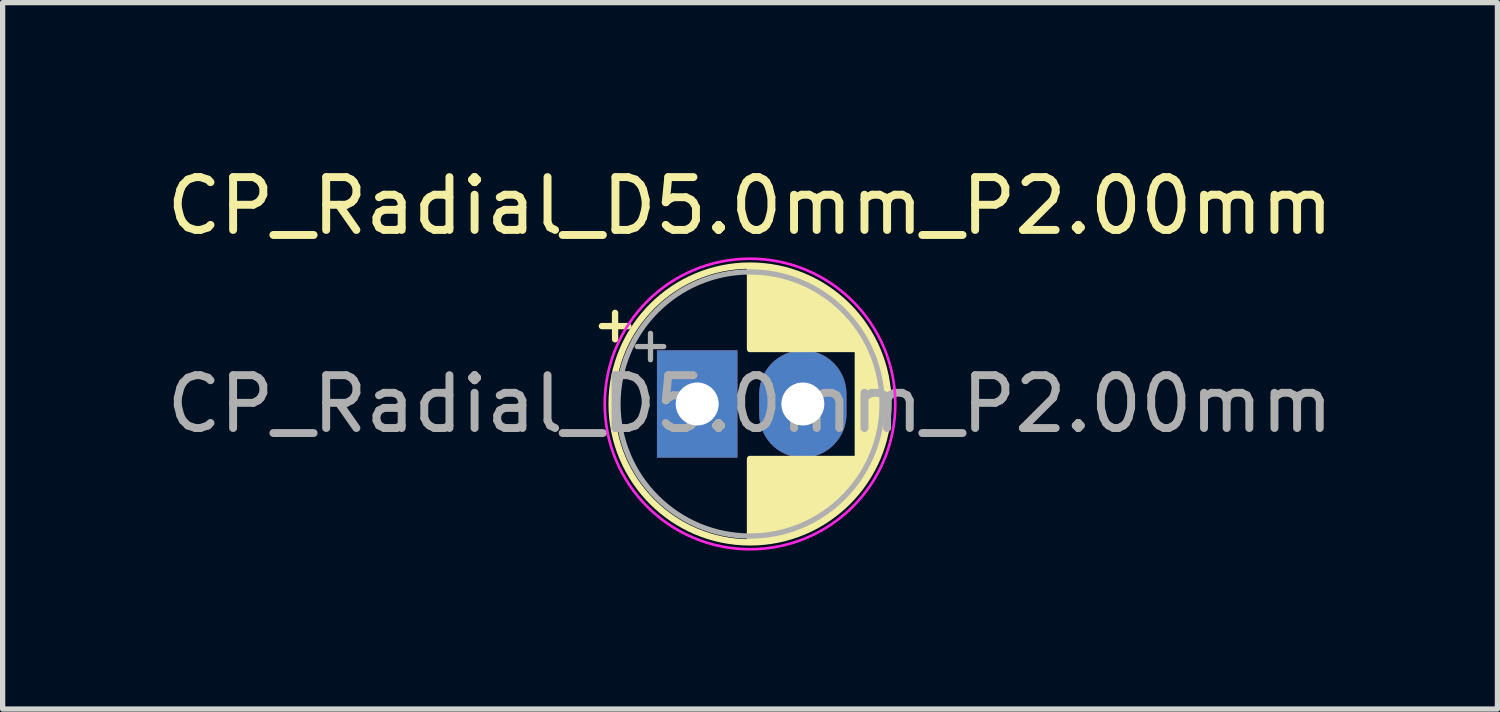
<source format=kicad_pcb>
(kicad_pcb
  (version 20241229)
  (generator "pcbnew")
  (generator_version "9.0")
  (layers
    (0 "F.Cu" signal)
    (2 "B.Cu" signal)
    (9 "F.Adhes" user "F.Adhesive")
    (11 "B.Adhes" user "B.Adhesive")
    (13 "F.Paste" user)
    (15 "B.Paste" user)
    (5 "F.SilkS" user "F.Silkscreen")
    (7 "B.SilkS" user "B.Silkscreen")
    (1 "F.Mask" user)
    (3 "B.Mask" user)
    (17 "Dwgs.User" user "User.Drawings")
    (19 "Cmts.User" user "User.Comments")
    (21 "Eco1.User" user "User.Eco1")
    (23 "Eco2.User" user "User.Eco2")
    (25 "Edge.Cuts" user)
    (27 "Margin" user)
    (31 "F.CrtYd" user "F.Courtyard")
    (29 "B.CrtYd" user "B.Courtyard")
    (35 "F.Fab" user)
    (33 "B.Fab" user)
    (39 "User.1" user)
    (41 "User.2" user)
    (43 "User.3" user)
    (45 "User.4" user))
  (footprint "CP_Radial_D5.0mm_P2.00mm"
    (layer "F.Cu")
    (at 10.149 4.598)
    (property "Reference" "CP_Radial_D5.0mm_P2.00mm" (at 1 -3.75 0) (layer "F.SilkS") (effects (font (size 1 1) (thickness 0.15))))
    (attr through_hole)
    (fp_line (start -1.805 -1.475) (end -1.305 -1.475) (stroke (width 0.12) (type solid)) (layer "F.SilkS"))
    (fp_line (start -1.555 -1.725) (end -1.555 -1.225) (stroke (width 0.12) (type solid)) (layer "F.SilkS"))
    (fp_line (start 1 -2.58) (end 1 -1.04) (stroke (width 0.12) (type solid)) (layer "F.SilkS"))
    (fp_line (start 1 1.04) (end 1 2.58) (stroke (width 0.12) (type solid)) (layer "F.SilkS"))
    (fp_line (start 1.04 -2.58) (end 1.04 -1.04) (stroke (width 0.12) (type solid)) (layer "F.SilkS"))
    (fp_line (start 1.04 1.04) (end 1.04 2.58) (stroke (width 0.12) (type solid)) (layer "F.SilkS"))
    (fp_line (start 1.08 -2.579) (end 1.08 -1.04) (stroke (width 0.12) (type solid)) (layer "F.SilkS"))
    (fp_line (start 1.08 1.04) (end 1.08 2.579) (stroke (width 0.12) (type solid)) (layer "F.SilkS"))
    (fp_line (start 1.12 -2.578) (end 1.12 -1.04) (stroke (width 0.12) (type solid)) (layer "F.SilkS"))
    (fp_line (start 1.12 1.04) (end 1.12 2.578) (stroke (width 0.12) (type solid)) (layer "F.SilkS"))
    (fp_line (start 1.16 -2.576) (end 1.16 -1.04) (stroke (width 0.12) (type solid)) (layer "F.SilkS"))
    (fp_line (start 1.16 1.04) (end 1.16 2.576) (stroke (width 0.12) (type solid)) (layer "F.SilkS"))
    (fp_line (start 1.2 -2.573) (end 1.2 -1.04) (stroke (width 0.12) (type solid)) (layer "F.SilkS"))
    (fp_line (start 1.2 1.04) (end 1.2 2.573) (stroke (width 0.12) (type solid)) (layer "F.SilkS"))
    (fp_line (start 1.24 -2.569) (end 1.24 -1.04) (stroke (width 0.12) (type solid)) (layer "F.SilkS"))
    (fp_line (start 1.24 1.04) (end 1.24 2.569) (stroke (width 0.12) (type solid)) (layer "F.SilkS"))
    (fp_line (start 1.28 -2.565) (end 1.28 -1.04) (stroke (width 0.12) (type solid)) (layer "F.SilkS"))
    (fp_line (start 1.28 1.04) (end 1.28 2.565) (stroke (width 0.12) (type solid)) (layer "F.SilkS"))
    (fp_line (start 1.32 -2.561) (end 1.32 -1.04) (stroke (width 0.12) (type solid)) (layer "F.SilkS"))
    (fp_line (start 1.32 1.04) (end 1.32 2.561) (stroke (width 0.12) (type solid)) (layer "F.SilkS"))
    (fp_line (start 1.36 -2.556) (end 1.36 -1.04) (stroke (width 0.12) (type solid)) (layer "F.SilkS"))
    (fp_line (start 1.36 1.04) (end 1.36 2.556) (stroke (width 0.12) (type solid)) (layer "F.SilkS"))
    (fp_line (start 1.4 -2.55) (end 1.4 -1.04) (stroke (width 0.12) (type solid)) (layer "F.SilkS"))
    (fp_line (start 1.4 1.04) (end 1.4 2.55) (stroke (width 0.12) (type solid)) (layer "F.SilkS"))
    (fp_line (start 1.44 -2.543) (end 1.44 -1.04) (stroke (width 0.12) (type solid)) (layer "F.SilkS"))
    (fp_line (start 1.44 1.04) (end 1.44 2.543) (stroke (width 0.12) (type solid)) (layer "F.SilkS"))
    (fp_line (start 1.48 -2.536) (end 1.48 -1.04) (stroke (width 0.12) (type solid)) (layer "F.SilkS"))
    (fp_line (start 1.48 1.04) (end 1.48 2.536) (stroke (width 0.12) (type solid)) (layer "F.SilkS"))
    (fp_line (start 1.52 -2.528) (end 1.52 -1.04) (stroke (width 0.12) (type solid)) (layer "F.SilkS"))
    (fp_line (start 1.52 1.04) (end 1.52 2.528) (stroke (width 0.12) (type solid)) (layer "F.SilkS"))
    (fp_line (start 1.56 -2.52) (end 1.56 -1.04) (stroke (width 0.12) (type solid)) (layer "F.SilkS"))
    (fp_line (start 1.56 1.04) (end 1.56 2.52) (stroke (width 0.12) (type solid)) (layer "F.SilkS"))
    (fp_line (start 1.6 -2.511) (end 1.6 -1.04) (stroke (width 0.12) (type solid)) (layer "F.SilkS"))
    (fp_line (start 1.6 1.04) (end 1.6 2.511) (stroke (width 0.12) (type solid)) (layer "F.SilkS"))
    (fp_line (start 1.64 -2.501) (end 1.64 -1.04) (stroke (width 0.12) (type solid)) (layer "F.SilkS"))
    (fp_line (start 1.64 1.04) (end 1.64 2.501) (stroke (width 0.12) (type solid)) (layer "F.SilkS"))
    (fp_line (start 1.68 -2.491) (end 1.68 -1.04) (stroke (width 0.12) (type solid)) (layer "F.SilkS"))
    (fp_line (start 1.68 1.04) (end 1.68 2.491) (stroke (width 0.12) (type solid)) (layer "F.SilkS"))
    (fp_line (start 1.721 -2.48) (end 1.721 -1.04) (stroke (width 0.12) (type solid)) (layer "F.SilkS"))
    (fp_line (start 1.721 1.04) (end 1.721 2.48) (stroke (width 0.12) (type solid)) (layer "F.SilkS"))
    (fp_line (start 1.761 -2.468) (end 1.761 -1.04) (stroke (width 0.12) (type solid)) (layer "F.SilkS"))
    (fp_line (start 1.761 1.04) (end 1.761 2.468) (stroke (width 0.12) (type solid)) (layer "F.SilkS"))
    (fp_line (start 1.801 -2.455) (end 1.801 -1.04) (stroke (width 0.12) (type solid)) (layer "F.SilkS"))
    (fp_line (start 1.801 1.04) (end 1.801 2.455) (stroke (width 0.12) (type solid)) (layer "F.SilkS"))
    (fp_line (start 1.841 -2.442) (end 1.841 -1.04) (stroke (width 0.12) (type solid)) (layer "F.SilkS"))
    (fp_line (start 1.841 1.04) (end 1.841 2.442) (stroke (width 0.12) (type solid)) (layer "F.SilkS"))
    (fp_line (start 1.881 -2.428) (end 1.881 -1.04) (stroke (width 0.12) (type solid)) (layer "F.SilkS"))
    (fp_line (start 1.881 1.04) (end 1.881 2.428) (stroke (width 0.12) (type solid)) (layer "F.SilkS"))
    (fp_line (start 1.921 -2.414) (end 1.921 -1.04) (stroke (width 0.12) (type solid)) (layer "F.SilkS"))
    (fp_line (start 1.921 1.04) (end 1.921 2.414) (stroke (width 0.12) (type solid)) (layer "F.SilkS"))
    (fp_line (start 1.961 -2.398) (end 1.961 -1.04) (stroke (width 0.12) (type solid)) (layer "F.SilkS"))
    (fp_line (start 1.961 1.04) (end 1.961 2.398) (stroke (width 0.12) (type solid)) (layer "F.SilkS"))
    (fp_line (start 2.001 -2.382) (end 2.001 -1.04) (stroke (width 0.12) (type solid)) (layer "F.SilkS"))
    (fp_line (start 2.001 1.04) (end 2.001 2.382) (stroke (width 0.12) (type solid)) (layer "F.SilkS"))
    (fp_line (start 2.041 -2.365) (end 2.041 -1.04) (stroke (width 0.12) (type solid)) (layer "F.SilkS"))
    (fp_line (start 2.041 1.04) (end 2.041 2.365) (stroke (width 0.12) (type solid)) (layer "F.SilkS"))
    (fp_line (start 2.081 -2.348) (end 2.081 -1.04) (stroke (width 0.12) (type solid)) (layer "F.SilkS"))
    (fp_line (start 2.081 1.04) (end 2.081 2.348) (stroke (width 0.12) (type solid)) (layer "F.SilkS"))
    (fp_line (start 2.121 -2.329) (end 2.121 -1.04) (stroke (width 0.12) (type solid)) (layer "F.SilkS"))
    (fp_line (start 2.121 1.04) (end 2.121 2.329) (stroke (width 0.12) (type solid)) (layer "F.SilkS"))
    (fp_line (start 2.161 -2.31) (end 2.161 -1.04) (stroke (width 0.12) (type solid)) (layer "F.SilkS"))
    (fp_line (start 2.161 1.04) (end 2.161 2.31) (stroke (width 0.12) (type solid)) (layer "F.SilkS"))
    (fp_line (start 2.201 -2.29) (end 2.201 -1.04) (stroke (width 0.12) (type solid)) (layer "F.SilkS"))
    (fp_line (start 2.201 1.04) (end 2.201 2.29) (stroke (width 0.12) (type solid)) (layer "F.SilkS"))
    (fp_line (start 2.241 -2.268) (end 2.241 -1.04) (stroke (width 0.12) (type solid)) (layer "F.SilkS"))
    (fp_line (start 2.241 1.04) (end 2.241 2.268) (stroke (width 0.12) (type solid)) (layer "F.SilkS"))
    (fp_line (start 2.281 -2.247) (end 2.281 -1.04) (stroke (width 0.12) (type solid)) (layer "F.SilkS"))
    (fp_line (start 2.281 1.04) (end 2.281 2.247) (stroke (width 0.12) (type solid)) (layer "F.SilkS"))
    (fp_line (start 2.321 -2.224) (end 2.321 -1.04) (stroke (width 0.12) (type solid)) (layer "F.SilkS"))
    (fp_line (start 2.321 1.04) (end 2.321 2.224) (stroke (width 0.12) (type solid)) (layer "F.SilkS"))
    (fp_line (start 2.361 -2.2) (end 2.361 -1.04) (stroke (width 0.12) (type solid)) (layer "F.SilkS"))
    (fp_line (start 2.361 1.04) (end 2.361 2.2) (stroke (width 0.12) (type solid)) (layer "F.SilkS"))
    (fp_line (start 2.401 -2.175) (end 2.401 -1.04) (stroke (width 0.12) (type solid)) (layer "F.SilkS"))
    (fp_line (start 2.401 1.04) (end 2.401 2.175) (stroke (width 0.12) (type solid)) (layer "F.SilkS"))
    (fp_line (start 2.441 -2.149) (end 2.441 -1.04) (stroke (width 0.12) (type solid)) (layer "F.SilkS"))
    (fp_line (start 2.441 1.04) (end 2.441 2.149) (stroke (width 0.12) (type solid)) (layer "F.SilkS"))
    (fp_line (start 2.481 -2.122) (end 2.481 -1.04) (stroke (width 0.12) (type solid)) (layer "F.SilkS"))
    (fp_line (start 2.481 1.04) (end 2.481 2.122) (stroke (width 0.12) (type solid)) (layer "F.SilkS"))
    (fp_line (start 2.521 -2.095) (end 2.521 -1.04) (stroke (width 0.12) (type solid)) (layer "F.SilkS"))
    (fp_line (start 2.521 1.04) (end 2.521 2.095) (stroke (width 0.12) (type solid)) (layer "F.SilkS"))
    (fp_line (start 2.561 -2.065) (end 2.561 -1.04) (stroke (width 0.12) (type solid)) (layer "F.SilkS"))
    (fp_line (start 2.561 1.04) (end 2.561 2.065) (stroke (width 0.12) (type solid)) (layer "F.SilkS"))
    (fp_line (start 2.601 -2.035) (end 2.601 -1.04) (stroke (width 0.12) (type solid)) (layer "F.SilkS"))
    (fp_line (start 2.601 1.04) (end 2.601 2.035) (stroke (width 0.12) (type solid)) (layer "F.SilkS"))
    (fp_line (start 2.641 -2.004) (end 2.641 -1.04) (stroke (width 0.12) (type solid)) (layer "F.SilkS"))
    (fp_line (start 2.641 1.04) (end 2.641 2.004) (stroke (width 0.12) (type solid)) (layer "F.SilkS"))
    (fp_line (start 2.681 -1.971) (end 2.681 -1.04) (stroke (width 0.12) (type solid)) (layer "F.SilkS"))
    (fp_line (start 2.681 1.04) (end 2.681 1.971) (stroke (width 0.12) (type solid)) (layer "F.SilkS"))
    (fp_line (start 2.721 -1.937) (end 2.721 -1.04) (stroke (width 0.12) (type solid)) (layer "F.SilkS"))
    (fp_line (start 2.721 1.04) (end 2.721 1.937) (stroke (width 0.12) (type solid)) (layer "F.SilkS"))
    (fp_line (start 2.761 -1.901) (end 2.761 -1.04) (stroke (width 0.12) (type solid)) (layer "F.SilkS"))
    (fp_line (start 2.761 1.04) (end 2.761 1.901) (stroke (width 0.12) (type solid)) (layer "F.SilkS"))
    (fp_line (start 2.801 -1.864) (end 2.801 -1.04) (stroke (width 0.12) (type solid)) (layer "F.SilkS"))
    (fp_line (start 2.801 1.04) (end 2.801 1.864) (stroke (width 0.12) (type solid)) (layer "F.SilkS"))
    (fp_line (start 2.841 -1.826) (end 2.841 -1.04) (stroke (width 0.12) (type solid)) (layer "F.SilkS"))
    (fp_line (start 2.841 1.04) (end 2.841 1.826) (stroke (width 0.12) (type solid)) (layer "F.SilkS"))
    (fp_line (start 2.881 -1.785) (end 2.881 -1.04) (stroke (width 0.12) (type solid)) (layer "F.SilkS"))
    (fp_line (start 2.881 1.04) (end 2.881 1.785) (stroke (width 0.12) (type solid)) (layer "F.SilkS"))
    (fp_line (start 2.921 -1.743) (end 2.921 -1.04) (stroke (width 0.12) (type solid)) (layer "F.SilkS"))
    (fp_line (start 2.921 1.04) (end 2.921 1.743) (stroke (width 0.12) (type solid)) (layer "F.SilkS"))
    (fp_line (start 2.961 -1.699) (end 2.961 -1.04) (stroke (width 0.12) (type solid)) (layer "F.SilkS"))
    (fp_line (start 2.961 1.04) (end 2.961 1.699) (stroke (width 0.12) (type solid)) (layer "F.SilkS"))
    (fp_line (start 3.001 -1.653) (end 3.001 -1.04) (stroke (width 0.12) (type solid)) (layer "F.SilkS"))
    (fp_line (start 3.001 1.04) (end 3.001 1.653) (stroke (width 0.12) (type solid)) (layer "F.SilkS"))
    (fp_line (start 3.041 -1.605) (end 3.041 1.605) (stroke (width 0.12) (type solid)) (layer "F.SilkS"))
    (fp_line (start 3.081 -1.554) (end 3.081 1.554) (stroke (width 0.12) (type solid)) (layer "F.SilkS"))
    (fp_line (start 3.121 -1.5) (end 3.121 1.5) (stroke (width 0.12) (type solid)) (layer "F.SilkS"))
    (fp_line (start 3.161 -1.443) (end 3.161 1.443) (stroke (width 0.12) (type solid)) (layer "F.SilkS"))
    (fp_line (start 3.201 -1.383) (end 3.201 1.383) (stroke (width 0.12) (type solid)) (layer "F.SilkS"))
    (fp_line (start 3.241 -1.319) (end 3.241 1.319) (stroke (width 0.12) (type solid)) (layer "F.SilkS"))
    (fp_line (start 3.281 -1.251) (end 3.281 1.251) (stroke (width 0.12) (type solid)) (layer "F.SilkS"))
    (fp_line (start 3.321 -1.178) (end 3.321 1.178) (stroke (width 0.12) (type solid)) (layer "F.SilkS"))
    (fp_line (start 3.361 -1.098) (end 3.361 1.098) (stroke (width 0.12) (type solid)) (layer "F.SilkS"))
    (fp_line (start 3.401 -1.011) (end 3.401 1.011) (stroke (width 0.12) (type solid)) (layer "F.SilkS"))
    (fp_line (start 3.441 -0.915) (end 3.441 0.915) (stroke (width 0.12) (type solid)) (layer "F.SilkS"))
    (fp_line (start 3.481 -0.805) (end 3.481 0.805) (stroke (width 0.12) (type solid)) (layer "F.SilkS"))
    (fp_line (start 3.521 -0.677) (end 3.521 0.677) (stroke (width 0.12) (type solid)) (layer "F.SilkS"))
    (fp_line (start 3.561 -0.518) (end 3.561 0.518) (stroke (width 0.12) (type solid)) (layer "F.SilkS"))
    (fp_line (start 3.601 -0.284) (end 3.601 0.284) (stroke (width 0.12) (type solid)) (layer "F.SilkS"))
    (fp_circle (center 1 0) (end 3.62 0) (stroke (width 0.12) (type solid)) (fill no) (layer "F.SilkS"))
    (fp_circle (center 1 0) (end 3.75 0) (stroke (width 0.05) (type solid)) (fill no) (layer "F.CrtYd"))
    (fp_line (start -1.134 -1.087) (end -0.634 -1.087) (stroke (width 0.1) (type solid)) (layer "F.Fab"))
    (fp_line (start -0.884 -1.337) (end -0.884 -0.838) (stroke (width 0.1) (type solid)) (layer "F.Fab"))
    (fp_circle (center 1 0) (end 3.5 0) (stroke (width 0.1) (type solid)) (fill no) (layer "F.Fab"))
    (fp_text user "${REFERENCE}" (at 1 0 0) (layer "F.Fab") (effects (font (size 1 1) (thickness 0.15))))
    (pad "1" thru_hole rect (at 0 0) (size 1.524 2.032) (drill 0.813) (layers "*.Cu" "*.Mask"))
    (pad "2" thru_hole oval (at 2 0) (size 1.651 2.032) (drill 0.813) (layers "*.Cu" "*.Mask")))
  (gr_rect
    (start -3 -3)
    (end 25.298 10.373)
    (stroke (width 0.1) (type default))
    (fill no)
    (layer "Edge.Cuts")))
</source>
